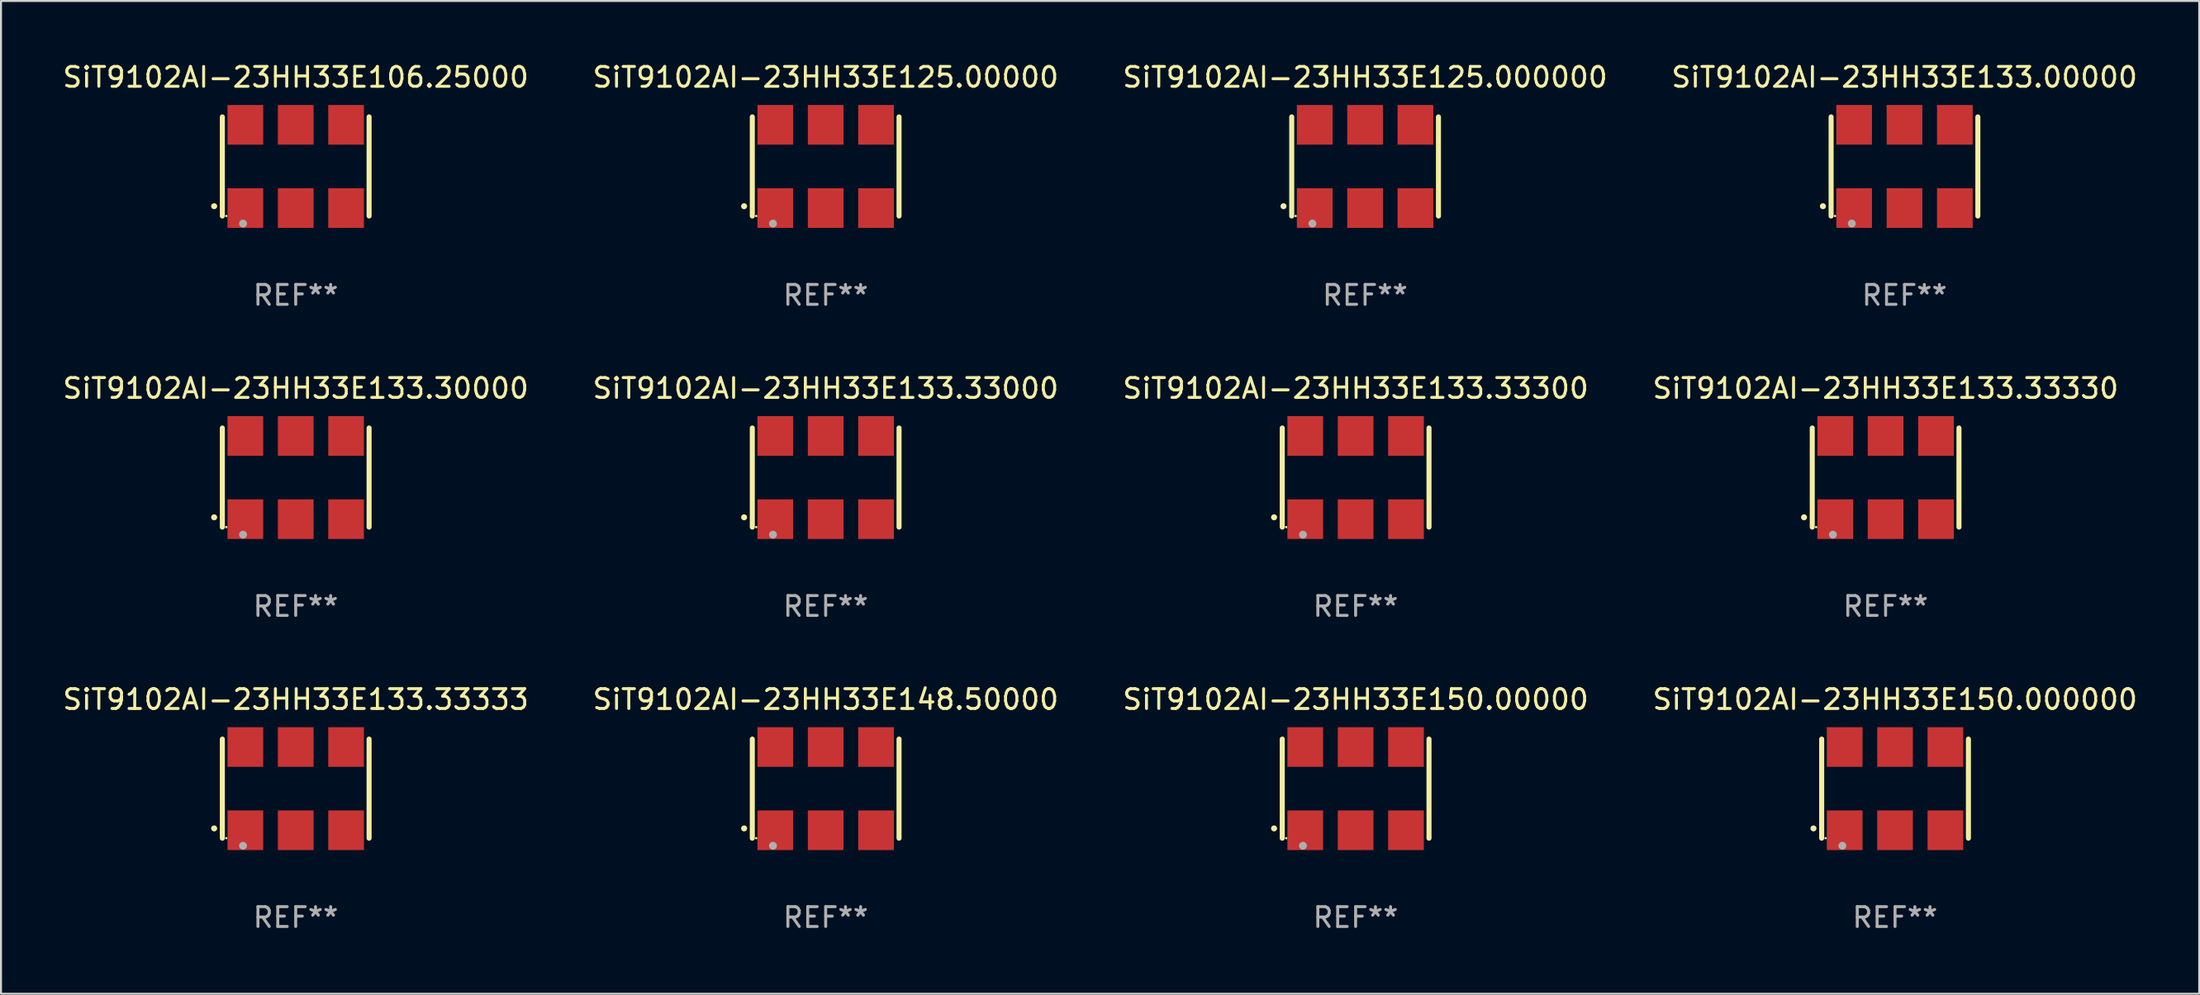
<source format=kicad_pcb>
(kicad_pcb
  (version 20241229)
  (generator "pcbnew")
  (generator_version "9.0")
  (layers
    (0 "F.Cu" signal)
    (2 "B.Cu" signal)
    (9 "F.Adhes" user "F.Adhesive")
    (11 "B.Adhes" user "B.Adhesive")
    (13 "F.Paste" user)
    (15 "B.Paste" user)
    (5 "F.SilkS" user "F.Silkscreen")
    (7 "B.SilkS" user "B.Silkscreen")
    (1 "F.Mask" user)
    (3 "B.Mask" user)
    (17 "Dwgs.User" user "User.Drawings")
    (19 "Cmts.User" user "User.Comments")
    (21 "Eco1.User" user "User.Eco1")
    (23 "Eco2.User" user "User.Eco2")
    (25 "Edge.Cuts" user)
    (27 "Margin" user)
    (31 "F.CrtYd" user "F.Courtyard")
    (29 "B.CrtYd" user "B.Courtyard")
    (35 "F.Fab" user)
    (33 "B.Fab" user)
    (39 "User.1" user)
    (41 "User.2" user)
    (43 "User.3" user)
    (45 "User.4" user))
  (footprint "SiT9102AI-23HH33E150.000000"
    (layer "F.Cu")
    (at 92.518 36.741)
    (property "Reference" "SiT9102AI-23HH33E150.000000" (at 0 -4.5 0) (layer "F.SilkS") (effects (font (size 1 1) (thickness 0.15))))
    (attr through_hole)
    (fp_line (start -3.7 -2.5) (end -3.7 2.5) (stroke (width 0.254) (type solid)) (layer "F.SilkS"))
    (fp_line (start 3.7 -2.5) (end 3.7 2.5) (stroke (width 0.254) (type solid)) (layer "F.SilkS"))
    (fp_arc (start -4.114415 2.006604) (mid -4.113145 2.006599) (end -4.111875 2.006604) (stroke (width 0.3) (type solid)) (layer "F.SilkS"))
    (fp_circle (center -3.502 2.5) (end -3.472 2.5) (stroke (width 0.06) (type solid)) (fill no) (layer "F.SilkS"))
    (fp_circle (center -2.657 2.882) (end -2.557 2.882) (stroke (width 0.2) (type solid)) (fill no) (layer "F.Fab"))
    (fp_text user "REF**" (at 0 6.5 0) (layer "F.Fab") (effects (font (size 1 1) (thickness 0.15))))
    (pad "1" smd rect (at -2.54 2.1) (size 1.8 2) (layers "F.Cu" "F.Mask" "F.Paste"))
    (pad "2" smd rect (at 0.000394 2.1) (size 1.8 2) (layers "F.Cu" "F.Mask" "F.Paste"))
    (pad "3" smd rect (at 2.54 2.1) (size 1.8 2) (layers "F.Cu" "F.Mask" "F.Paste"))
    (pad "4" smd rect (at 2.54 -2.1) (size 1.8 2) (layers "F.Cu" "F.Mask" "F.Paste"))
    (pad "5" smd rect (at 0.000394 -2.1) (size 1.8 2) (layers "F.Cu" "F.Mask" "F.Paste"))
    (pad "6" smd rect (at -2.54 -2.1) (size 1.8 2) (layers "F.Cu" "F.Mask" "F.Paste")))
  (footprint "SiT9102AI-23HH33E133.33000"
    (layer "F.Cu")
    (at 38.589 21.045)
    (property "Reference" "SiT9102AI-23HH33E133.33000" (at 0 -4.5 0) (layer "F.SilkS") (effects (font (size 1 1) (thickness 0.15))))
    (attr through_hole)
    (fp_line (start -3.7 -2.5) (end -3.7 2.5) (stroke (width 0.254) (type solid)) (layer "F.SilkS"))
    (fp_line (start 3.7 -2.5) (end 3.7 2.5) (stroke (width 0.254) (type solid)) (layer "F.SilkS"))
    (fp_arc (start -4.114415 2.006604) (mid -4.113145 2.006599) (end -4.111875 2.006604) (stroke (width 0.3) (type solid)) (layer "F.SilkS"))
    (fp_circle (center -3.502 2.5) (end -3.472 2.5) (stroke (width 0.06) (type solid)) (fill no) (layer "F.SilkS"))
    (fp_circle (center -2.657 2.882) (end -2.557 2.882) (stroke (width 0.2) (type solid)) (fill no) (layer "F.Fab"))
    (fp_text user "REF**" (at 0 6.5 0) (layer "F.Fab") (effects (font (size 1 1) (thickness 0.15))))
    (pad "1" smd rect (at -2.54 2.1) (size 1.8 2) (layers "F.Cu" "F.Mask" "F.Paste"))
    (pad "2" smd rect (at 0.000394 2.1) (size 1.8 2) (layers "F.Cu" "F.Mask" "F.Paste"))
    (pad "3" smd rect (at 2.54 2.1) (size 1.8 2) (layers "F.Cu" "F.Mask" "F.Paste"))
    (pad "4" smd rect (at 2.54 -2.1) (size 1.8 2) (layers "F.Cu" "F.Mask" "F.Paste"))
    (pad "5" smd rect (at 0.000394 -2.1) (size 1.8 2) (layers "F.Cu" "F.Mask" "F.Paste"))
    (pad "6" smd rect (at -2.54 -2.1) (size 1.8 2) (layers "F.Cu" "F.Mask" "F.Paste")))
  (footprint "SiT9102AI-23HH33E148.50000"
    (layer "F.Cu")
    (at 38.589 36.741)
    (property "Reference" "SiT9102AI-23HH33E148.50000" (at 0 -4.5 0) (layer "F.SilkS") (effects (font (size 1 1) (thickness 0.15))))
    (attr through_hole)
    (fp_line (start -3.7 -2.5) (end -3.7 2.5) (stroke (width 0.254) (type solid)) (layer "F.SilkS"))
    (fp_line (start 3.7 -2.5) (end 3.7 2.5) (stroke (width 0.254) (type solid)) (layer "F.SilkS"))
    (fp_arc (start -4.114415 2.006604) (mid -4.113145 2.006599) (end -4.111875 2.006604) (stroke (width 0.3) (type solid)) (layer "F.SilkS"))
    (fp_circle (center -3.502 2.5) (end -3.472 2.5) (stroke (width 0.06) (type solid)) (fill no) (layer "F.SilkS"))
    (fp_circle (center -2.657 2.882) (end -2.557 2.882) (stroke (width 0.2) (type solid)) (fill no) (layer "F.Fab"))
    (fp_text user "REF**" (at 0 6.5 0) (layer "F.Fab") (effects (font (size 1 1) (thickness 0.15))))
    (pad "1" smd rect (at -2.54 2.1) (size 1.8 2) (layers "F.Cu" "F.Mask" "F.Paste"))
    (pad "2" smd rect (at 0.000394 2.1) (size 1.8 2) (layers "F.Cu" "F.Mask" "F.Paste"))
    (pad "3" smd rect (at 2.54 2.1) (size 1.8 2) (layers "F.Cu" "F.Mask" "F.Paste"))
    (pad "4" smd rect (at 2.54 -2.1) (size 1.8 2) (layers "F.Cu" "F.Mask" "F.Paste"))
    (pad "5" smd rect (at 0.000394 -2.1) (size 1.8 2) (layers "F.Cu" "F.Mask" "F.Paste"))
    (pad "6" smd rect (at -2.54 -2.1) (size 1.8 2) (layers "F.Cu" "F.Mask" "F.Paste")))
  (footprint "SiT9102AI-23HH33E125.000000"
    (layer "F.Cu")
    (at 65.792 5.348)
    (property "Reference" "SiT9102AI-23HH33E125.000000" (at 0 -4.5 0) (layer "F.SilkS") (effects (font (size 1 1) (thickness 0.15))))
    (attr through_hole)
    (fp_line (start -3.7 -2.5) (end -3.7 2.5) (stroke (width 0.254) (type solid)) (layer "F.SilkS"))
    (fp_line (start 3.7 -2.5) (end 3.7 2.5) (stroke (width 0.254) (type solid)) (layer "F.SilkS"))
    (fp_arc (start -4.114415 2.006604) (mid -4.113145 2.006599) (end -4.111875 2.006604) (stroke (width 0.3) (type solid)) (layer "F.SilkS"))
    (fp_circle (center -3.502 2.5) (end -3.472 2.5) (stroke (width 0.06) (type solid)) (fill no) (layer "F.SilkS"))
    (fp_circle (center -2.657 2.882) (end -2.557 2.882) (stroke (width 0.2) (type solid)) (fill no) (layer "F.Fab"))
    (fp_text user "REF**" (at 0 6.5 0) (layer "F.Fab") (effects (font (size 1 1) (thickness 0.15))))
    (pad "1" smd rect (at -2.54 2.1) (size 1.8 2) (layers "F.Cu" "F.Mask" "F.Paste"))
    (pad "2" smd rect (at 0.000394 2.1) (size 1.8 2) (layers "F.Cu" "F.Mask" "F.Paste"))
    (pad "3" smd rect (at 2.54 2.1) (size 1.8 2) (layers "F.Cu" "F.Mask" "F.Paste"))
    (pad "4" smd rect (at 2.54 -2.1) (size 1.8 2) (layers "F.Cu" "F.Mask" "F.Paste"))
    (pad "5" smd rect (at 0.000394 -2.1) (size 1.8 2) (layers "F.Cu" "F.Mask" "F.Paste"))
    (pad "6" smd rect (at -2.54 -2.1) (size 1.8 2) (layers "F.Cu" "F.Mask" "F.Paste")))
  (footprint "SiT9102AI-23HH33E150.00000"
    (layer "F.Cu")
    (at 65.315 36.741)
    (property "Reference" "SiT9102AI-23HH33E150.00000" (at 0 -4.5 0) (layer "F.SilkS") (effects (font (size 1 1) (thickness 0.15))))
    (attr through_hole)
    (fp_line (start -3.7 -2.5) (end -3.7 2.5) (stroke (width 0.254) (type solid)) (layer "F.SilkS"))
    (fp_line (start 3.7 -2.5) (end 3.7 2.5) (stroke (width 0.254) (type solid)) (layer "F.SilkS"))
    (fp_arc (start -4.114415 2.006604) (mid -4.113145 2.006599) (end -4.111875 2.006604) (stroke (width 0.3) (type solid)) (layer "F.SilkS"))
    (fp_circle (center -3.502 2.5) (end -3.472 2.5) (stroke (width 0.06) (type solid)) (fill no) (layer "F.SilkS"))
    (fp_circle (center -2.657 2.882) (end -2.557 2.882) (stroke (width 0.2) (type solid)) (fill no) (layer "F.Fab"))
    (fp_text user "REF**" (at 0 6.5 0) (layer "F.Fab") (effects (font (size 1 1) (thickness 0.15))))
    (pad "1" smd rect (at -2.54 2.1) (size 1.8 2) (layers "F.Cu" "F.Mask" "F.Paste"))
    (pad "2" smd rect (at 0.000394 2.1) (size 1.8 2) (layers "F.Cu" "F.Mask" "F.Paste"))
    (pad "3" smd rect (at 2.54 2.1) (size 1.8 2) (layers "F.Cu" "F.Mask" "F.Paste"))
    (pad "4" smd rect (at 2.54 -2.1) (size 1.8 2) (layers "F.Cu" "F.Mask" "F.Paste"))
    (pad "5" smd rect (at 0.000394 -2.1) (size 1.8 2) (layers "F.Cu" "F.Mask" "F.Paste"))
    (pad "6" smd rect (at -2.54 -2.1) (size 1.8 2) (layers "F.Cu" "F.Mask" "F.Paste")))
  (footprint "SiT9102AI-23HH33E133.33300"
    (layer "F.Cu")
    (at 65.315 21.045)
    (property "Reference" "SiT9102AI-23HH33E133.33300" (at 0 -4.5 0) (layer "F.SilkS") (effects (font (size 1 1) (thickness 0.15))))
    (attr through_hole)
    (fp_line (start -3.7 -2.5) (end -3.7 2.5) (stroke (width 0.254) (type solid)) (layer "F.SilkS"))
    (fp_line (start 3.7 -2.5) (end 3.7 2.5) (stroke (width 0.254) (type solid)) (layer "F.SilkS"))
    (fp_arc (start -4.114415 2.006604) (mid -4.113145 2.006599) (end -4.111875 2.006604) (stroke (width 0.3) (type solid)) (layer "F.SilkS"))
    (fp_circle (center -3.502 2.5) (end -3.472 2.5) (stroke (width 0.06) (type solid)) (fill no) (layer "F.SilkS"))
    (fp_circle (center -2.657 2.882) (end -2.557 2.882) (stroke (width 0.2) (type solid)) (fill no) (layer "F.Fab"))
    (fp_text user "REF**" (at 0 6.5 0) (layer "F.Fab") (effects (font (size 1 1) (thickness 0.15))))
    (pad "1" smd rect (at -2.54 2.1) (size 1.8 2) (layers "F.Cu" "F.Mask" "F.Paste"))
    (pad "2" smd rect (at 0.000394 2.1) (size 1.8 2) (layers "F.Cu" "F.Mask" "F.Paste"))
    (pad "3" smd rect (at 2.54 2.1) (size 1.8 2) (layers "F.Cu" "F.Mask" "F.Paste"))
    (pad "4" smd rect (at 2.54 -2.1) (size 1.8 2) (layers "F.Cu" "F.Mask" "F.Paste"))
    (pad "5" smd rect (at 0.000394 -2.1) (size 1.8 2) (layers "F.Cu" "F.Mask" "F.Paste"))
    (pad "6" smd rect (at -2.54 -2.1) (size 1.8 2) (layers "F.Cu" "F.Mask" "F.Paste")))
  (footprint "SiT9102AI-23HH33E133.33330"
    (layer "F.Cu")
    (at 92.042 21.045)
    (property "Reference" "SiT9102AI-23HH33E133.33330" (at 0 -4.5 0) (layer "F.SilkS") (effects (font (size 1 1) (thickness 0.15))))
    (attr through_hole)
    (fp_line (start -3.7 -2.5) (end -3.7 2.5) (stroke (width 0.254) (type solid)) (layer "F.SilkS"))
    (fp_line (start 3.7 -2.5) (end 3.7 2.5) (stroke (width 0.254) (type solid)) (layer "F.SilkS"))
    (fp_arc (start -4.114415 2.006604) (mid -4.113145 2.006599) (end -4.111875 2.006604) (stroke (width 0.3) (type solid)) (layer "F.SilkS"))
    (fp_circle (center -3.502 2.5) (end -3.472 2.5) (stroke (width 0.06) (type solid)) (fill no) (layer "F.SilkS"))
    (fp_circle (center -2.657 2.882) (end -2.557 2.882) (stroke (width 0.2) (type solid)) (fill no) (layer "F.Fab"))
    (fp_text user "REF**" (at 0 6.5 0) (layer "F.Fab") (effects (font (size 1 1) (thickness 0.15))))
    (pad "1" smd rect (at -2.54 2.1) (size 1.8 2) (layers "F.Cu" "F.Mask" "F.Paste"))
    (pad "2" smd rect (at 0.000394 2.1) (size 1.8 2) (layers "F.Cu" "F.Mask" "F.Paste"))
    (pad "3" smd rect (at 2.54 2.1) (size 1.8 2) (layers "F.Cu" "F.Mask" "F.Paste"))
    (pad "4" smd rect (at 2.54 -2.1) (size 1.8 2) (layers "F.Cu" "F.Mask" "F.Paste"))
    (pad "5" smd rect (at 0.000394 -2.1) (size 1.8 2) (layers "F.Cu" "F.Mask" "F.Paste"))
    (pad "6" smd rect (at -2.54 -2.1) (size 1.8 2) (layers "F.Cu" "F.Mask" "F.Paste")))
  (footprint "SiT9102AI-23HH33E133.00000"
    (layer "F.Cu")
    (at 92.994 5.348)
    (property "Reference" "SiT9102AI-23HH33E133.00000" (at 0 -4.5 0) (layer "F.SilkS") (effects (font (size 1 1) (thickness 0.15))))
    (attr through_hole)
    (fp_line (start -3.7 -2.5) (end -3.7 2.5) (stroke (width 0.254) (type solid)) (layer "F.SilkS"))
    (fp_line (start 3.7 -2.5) (end 3.7 2.5) (stroke (width 0.254) (type solid)) (layer "F.SilkS"))
    (fp_arc (start -4.114415 2.006604) (mid -4.113145 2.006599) (end -4.111875 2.006604) (stroke (width 0.3) (type solid)) (layer "F.SilkS"))
    (fp_circle (center -3.502 2.5) (end -3.472 2.5) (stroke (width 0.06) (type solid)) (fill no) (layer "F.SilkS"))
    (fp_circle (center -2.657 2.882) (end -2.557 2.882) (stroke (width 0.2) (type solid)) (fill no) (layer "F.Fab"))
    (fp_text user "REF**" (at 0 6.5 0) (layer "F.Fab") (effects (font (size 1 1) (thickness 0.15))))
    (pad "1" smd rect (at -2.54 2.1) (size 1.8 2) (layers "F.Cu" "F.Mask" "F.Paste"))
    (pad "2" smd rect (at 0.000394 2.1) (size 1.8 2) (layers "F.Cu" "F.Mask" "F.Paste"))
    (pad "3" smd rect (at 2.54 2.1) (size 1.8 2) (layers "F.Cu" "F.Mask" "F.Paste"))
    (pad "4" smd rect (at 2.54 -2.1) (size 1.8 2) (layers "F.Cu" "F.Mask" "F.Paste"))
    (pad "5" smd rect (at 0.000394 -2.1) (size 1.8 2) (layers "F.Cu" "F.Mask" "F.Paste"))
    (pad "6" smd rect (at -2.54 -2.1) (size 1.8 2) (layers "F.Cu" "F.Mask" "F.Paste")))
  (footprint "SiT9102AI-23HH33E133.33333"
    (layer "F.Cu")
    (at 11.863 36.741)
    (property "Reference" "SiT9102AI-23HH33E133.33333" (at 0 -4.5 0) (layer "F.SilkS") (effects (font (size 1 1) (thickness 0.15))))
    (attr through_hole)
    (fp_line (start -3.7 -2.5) (end -3.7 2.5) (stroke (width 0.254) (type solid)) (layer "F.SilkS"))
    (fp_line (start 3.7 -2.5) (end 3.7 2.5) (stroke (width 0.254) (type solid)) (layer "F.SilkS"))
    (fp_arc (start -4.114415 2.006604) (mid -4.113145 2.006599) (end -4.111875 2.006604) (stroke (width 0.3) (type solid)) (layer "F.SilkS"))
    (fp_circle (center -3.502 2.5) (end -3.472 2.5) (stroke (width 0.06) (type solid)) (fill no) (layer "F.SilkS"))
    (fp_circle (center -2.657 2.882) (end -2.557 2.882) (stroke (width 0.2) (type solid)) (fill no) (layer "F.Fab"))
    (fp_text user "REF**" (at 0 6.5 0) (layer "F.Fab") (effects (font (size 1 1) (thickness 0.15))))
    (pad "1" smd rect (at -2.54 2.1) (size 1.8 2) (layers "F.Cu" "F.Mask" "F.Paste"))
    (pad "2" smd rect (at 0.000394 2.1) (size 1.8 2) (layers "F.Cu" "F.Mask" "F.Paste"))
    (pad "3" smd rect (at 2.54 2.1) (size 1.8 2) (layers "F.Cu" "F.Mask" "F.Paste"))
    (pad "4" smd rect (at 2.54 -2.1) (size 1.8 2) (layers "F.Cu" "F.Mask" "F.Paste"))
    (pad "5" smd rect (at 0.000394 -2.1) (size 1.8 2) (layers "F.Cu" "F.Mask" "F.Paste"))
    (pad "6" smd rect (at -2.54 -2.1) (size 1.8 2) (layers "F.Cu" "F.Mask" "F.Paste")))
  (footprint "SiT9102AI-23HH33E133.30000"
    (layer "F.Cu")
    (at 11.863 21.045)
    (property "Reference" "SiT9102AI-23HH33E133.30000" (at 0 -4.5 0) (layer "F.SilkS") (effects (font (size 1 1) (thickness 0.15))))
    (attr through_hole)
    (fp_line (start -3.7 -2.5) (end -3.7 2.5) (stroke (width 0.254) (type solid)) (layer "F.SilkS"))
    (fp_line (start 3.7 -2.5) (end 3.7 2.5) (stroke (width 0.254) (type solid)) (layer "F.SilkS"))
    (fp_arc (start -4.114415 2.006604) (mid -4.113145 2.006599) (end -4.111875 2.006604) (stroke (width 0.3) (type solid)) (layer "F.SilkS"))
    (fp_circle (center -3.502 2.5) (end -3.472 2.5) (stroke (width 0.06) (type solid)) (fill no) (layer "F.SilkS"))
    (fp_circle (center -2.657 2.882) (end -2.557 2.882) (stroke (width 0.2) (type solid)) (fill no) (layer "F.Fab"))
    (fp_text user "REF**" (at 0 6.5 0) (layer "F.Fab") (effects (font (size 1 1) (thickness 0.15))))
    (pad "1" smd rect (at -2.54 2.1) (size 1.8 2) (layers "F.Cu" "F.Mask" "F.Paste"))
    (pad "2" smd rect (at 0.000394 2.1) (size 1.8 2) (layers "F.Cu" "F.Mask" "F.Paste"))
    (pad "3" smd rect (at 2.54 2.1) (size 1.8 2) (layers "F.Cu" "F.Mask" "F.Paste"))
    (pad "4" smd rect (at 2.54 -2.1) (size 1.8 2) (layers "F.Cu" "F.Mask" "F.Paste"))
    (pad "5" smd rect (at 0.000394 -2.1) (size 1.8 2) (layers "F.Cu" "F.Mask" "F.Paste"))
    (pad "6" smd rect (at -2.54 -2.1) (size 1.8 2) (layers "F.Cu" "F.Mask" "F.Paste")))
  (footprint "SiT9102AI-23HH33E125.00000"
    (layer "F.Cu")
    (at 38.589 5.348)
    (property "Reference" "SiT9102AI-23HH33E125.00000" (at 0 -4.5 0) (layer "F.SilkS") (effects (font (size 1 1) (thickness 0.15))))
    (attr through_hole)
    (fp_line (start -3.7 -2.5) (end -3.7 2.5) (stroke (width 0.254) (type solid)) (layer "F.SilkS"))
    (fp_line (start 3.7 -2.5) (end 3.7 2.5) (stroke (width 0.254) (type solid)) (layer "F.SilkS"))
    (fp_arc (start -4.114415 2.006604) (mid -4.113145 2.006599) (end -4.111875 2.006604) (stroke (width 0.3) (type solid)) (layer "F.SilkS"))
    (fp_circle (center -3.502 2.5) (end -3.472 2.5) (stroke (width 0.06) (type solid)) (fill no) (layer "F.SilkS"))
    (fp_circle (center -2.657 2.882) (end -2.557 2.882) (stroke (width 0.2) (type solid)) (fill no) (layer "F.Fab"))
    (fp_text user "REF**" (at 0 6.5 0) (layer "F.Fab") (effects (font (size 1 1) (thickness 0.15))))
    (pad "1" smd rect (at -2.54 2.1) (size 1.8 2) (layers "F.Cu" "F.Mask" "F.Paste"))
    (pad "2" smd rect (at 0.000394 2.1) (size 1.8 2) (layers "F.Cu" "F.Mask" "F.Paste"))
    (pad "3" smd rect (at 2.54 2.1) (size 1.8 2) (layers "F.Cu" "F.Mask" "F.Paste"))
    (pad "4" smd rect (at 2.54 -2.1) (size 1.8 2) (layers "F.Cu" "F.Mask" "F.Paste"))
    (pad "5" smd rect (at 0.000394 -2.1) (size 1.8 2) (layers "F.Cu" "F.Mask" "F.Paste"))
    (pad "6" smd rect (at -2.54 -2.1) (size 1.8 2) (layers "F.Cu" "F.Mask" "F.Paste")))
  (footprint "SiT9102AI-23HH33E106.25000"
    (layer "F.Cu")
    (at 11.863 5.348)
    (property "Reference" "SiT9102AI-23HH33E106.25000" (at 0 -4.5 0) (layer "F.SilkS") (effects (font (size 1 1) (thickness 0.15))))
    (attr through_hole)
    (fp_line (start -3.7 -2.5) (end -3.7 2.5) (stroke (width 0.254) (type solid)) (layer "F.SilkS"))
    (fp_line (start 3.7 -2.5) (end 3.7 2.5) (stroke (width 0.254) (type solid)) (layer "F.SilkS"))
    (fp_arc (start -4.114415 2.006604) (mid -4.113145 2.006599) (end -4.111875 2.006604) (stroke (width 0.3) (type solid)) (layer "F.SilkS"))
    (fp_circle (center -3.502 2.5) (end -3.472 2.5) (stroke (width 0.06) (type solid)) (fill no) (layer "F.SilkS"))
    (fp_circle (center -2.657 2.882) (end -2.557 2.882) (stroke (width 0.2) (type solid)) (fill no) (layer "F.Fab"))
    (fp_text user "REF**" (at 0 6.5 0) (layer "F.Fab") (effects (font (size 1 1) (thickness 0.15))))
    (pad "1" smd rect (at -2.54 2.1) (size 1.8 2) (layers "F.Cu" "F.Mask" "F.Paste"))
    (pad "2" smd rect (at 0.000394 2.1) (size 1.8 2) (layers "F.Cu" "F.Mask" "F.Paste"))
    (pad "3" smd rect (at 2.54 2.1) (size 1.8 2) (layers "F.Cu" "F.Mask" "F.Paste"))
    (pad "4" smd rect (at 2.54 -2.1) (size 1.8 2) (layers "F.Cu" "F.Mask" "F.Paste"))
    (pad "5" smd rect (at 0.000394 -2.1) (size 1.8 2) (layers "F.Cu" "F.Mask" "F.Paste"))
    (pad "6" smd rect (at -2.54 -2.1) (size 1.8 2) (layers "F.Cu" "F.Mask" "F.Paste")))
  (gr_rect
    (start -3 -3)
    (end 107.857 47.09)
    (stroke (width 0.1) (type default))
    (fill no)
    (layer "Edge.Cuts")))
</source>
